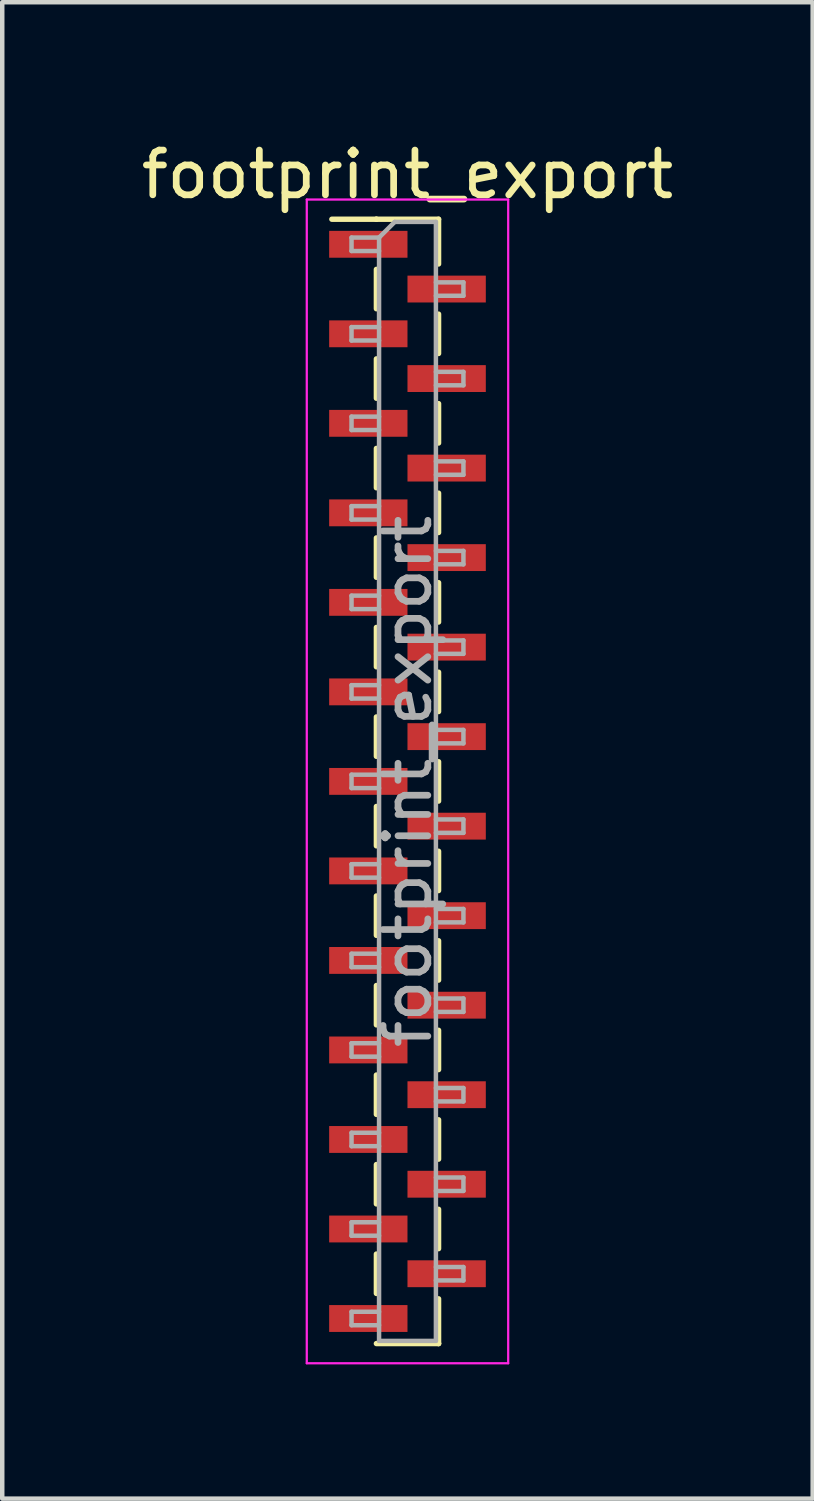
<source format=kicad_pcb>
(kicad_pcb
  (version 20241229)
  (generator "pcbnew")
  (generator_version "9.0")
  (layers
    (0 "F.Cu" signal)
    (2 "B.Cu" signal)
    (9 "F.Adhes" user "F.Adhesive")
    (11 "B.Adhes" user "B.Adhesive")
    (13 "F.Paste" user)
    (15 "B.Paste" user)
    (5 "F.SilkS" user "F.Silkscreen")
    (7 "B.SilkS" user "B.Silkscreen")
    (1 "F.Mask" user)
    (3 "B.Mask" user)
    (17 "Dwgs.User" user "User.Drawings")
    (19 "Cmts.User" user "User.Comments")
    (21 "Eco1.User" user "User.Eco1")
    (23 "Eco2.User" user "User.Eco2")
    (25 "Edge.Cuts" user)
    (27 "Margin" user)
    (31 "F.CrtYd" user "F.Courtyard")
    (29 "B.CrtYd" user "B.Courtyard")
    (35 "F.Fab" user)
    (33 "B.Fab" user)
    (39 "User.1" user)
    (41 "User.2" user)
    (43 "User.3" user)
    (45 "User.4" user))
  (footprint "footprint_export"
    (layer "F.Cu")
    (at 6.054 14.408)
    (property "Reference" "footprint_export" (at 0 -13.56 0) (layer "F.SilkS") (effects (font (size 1 1) (thickness 0.15))))
    (attr smd)
    (fp_line (start -0.695 -12.56) (end -1.69 -12.56) (stroke (width 0.12) (type solid)) (layer "F.SilkS"))
    (fp_line (start -0.695 -12.56) (end -0.695 -12.56) (stroke (width 0.12) (type solid)) (layer "F.SilkS"))
    (fp_line (start -0.695 -12.56) (end 0.695 -12.56) (stroke (width 0.12) (type solid)) (layer "F.SilkS"))
    (fp_line (start -0.695 -11.44) (end -0.695 -10.56) (stroke (width 0.12) (type solid)) (layer "F.SilkS"))
    (fp_line (start -0.695 -9.44) (end -0.695 -8.56) (stroke (width 0.12) (type solid)) (layer "F.SilkS"))
    (fp_line (start -0.695 -7.44) (end -0.695 -6.56) (stroke (width 0.12) (type solid)) (layer "F.SilkS"))
    (fp_line (start -0.695 -5.44) (end -0.695 -4.56) (stroke (width 0.12) (type solid)) (layer "F.SilkS"))
    (fp_line (start -0.695 -3.44) (end -0.695 -2.56) (stroke (width 0.12) (type solid)) (layer "F.SilkS"))
    (fp_line (start -0.695 -1.44) (end -0.695 -0.56) (stroke (width 0.12) (type solid)) (layer "F.SilkS"))
    (fp_line (start -0.695 0.56) (end -0.695 1.44) (stroke (width 0.12) (type solid)) (layer "F.SilkS"))
    (fp_line (start -0.695 2.56) (end -0.695 3.44) (stroke (width 0.12) (type solid)) (layer "F.SilkS"))
    (fp_line (start -0.695 4.56) (end -0.695 5.44) (stroke (width 0.12) (type solid)) (layer "F.SilkS"))
    (fp_line (start -0.695 6.56) (end -0.695 7.44) (stroke (width 0.12) (type solid)) (layer "F.SilkS"))
    (fp_line (start -0.695 8.56) (end -0.695 9.44) (stroke (width 0.12) (type solid)) (layer "F.SilkS"))
    (fp_line (start -0.695 10.56) (end -0.695 11.44) (stroke (width 0.12) (type solid)) (layer "F.SilkS"))
    (fp_line (start -0.695 12.56) (end 0.695 12.56) (stroke (width 0.12) (type solid)) (layer "F.SilkS"))
    (fp_line (start 0.695 -12.56) (end 0.695 -11.56) (stroke (width 0.12) (type solid)) (layer "F.SilkS"))
    (fp_line (start 0.695 -10.44) (end 0.695 -9.56) (stroke (width 0.12) (type solid)) (layer "F.SilkS"))
    (fp_line (start 0.695 -8.44) (end 0.695 -7.56) (stroke (width 0.12) (type solid)) (layer "F.SilkS"))
    (fp_line (start 0.695 -6.44) (end 0.695 -5.56) (stroke (width 0.12) (type solid)) (layer "F.SilkS"))
    (fp_line (start 0.695 -4.44) (end 0.695 -3.56) (stroke (width 0.12) (type solid)) (layer "F.SilkS"))
    (fp_line (start 0.695 -2.44) (end 0.695 -1.56) (stroke (width 0.12) (type solid)) (layer "F.SilkS"))
    (fp_line (start 0.695 -0.44) (end 0.695 0.44) (stroke (width 0.12) (type solid)) (layer "F.SilkS"))
    (fp_line (start 0.695 1.56) (end 0.695 2.44) (stroke (width 0.12) (type solid)) (layer "F.SilkS"))
    (fp_line (start 0.695 3.56) (end 0.695 4.44) (stroke (width 0.12) (type solid)) (layer "F.SilkS"))
    (fp_line (start 0.695 5.56) (end 0.695 6.44) (stroke (width 0.12) (type solid)) (layer "F.SilkS"))
    (fp_line (start 0.695 7.56) (end 0.695 8.44) (stroke (width 0.12) (type solid)) (layer "F.SilkS"))
    (fp_line (start 0.695 9.56) (end 0.695 10.44) (stroke (width 0.12) (type solid)) (layer "F.SilkS"))
    (fp_line (start 0.695 11.56) (end 0.695 12.56) (stroke (width 0.12) (type solid)) (layer "F.SilkS"))
    (fp_line (start 0.695 12.56) (end 0.695 12.56) (stroke (width 0.12) (type solid)) (layer "F.SilkS"))
    (fp_line (start -2.25 -13) (end -2.25 13) (stroke (width 0.05) (type solid)) (layer "F.CrtYd"))
    (fp_line (start -2.25 13) (end 2.25 13) (stroke (width 0.05) (type solid)) (layer "F.CrtYd"))
    (fp_line (start 2.25 -13) (end -2.25 -13) (stroke (width 0.05) (type solid)) (layer "F.CrtYd"))
    (fp_line (start 2.25 13) (end 2.25 -13) (stroke (width 0.05) (type solid)) (layer "F.CrtYd"))
    (fp_line (start -1.25 -12.15) (end -1.25 -11.85) (stroke (width 0.1) (type solid)) (layer "F.Fab"))
    (fp_line (start -1.25 -11.85) (end -0.635 -11.85) (stroke (width 0.1) (type solid)) (layer "F.Fab"))
    (fp_line (start -1.25 -10.15) (end -1.25 -9.85) (stroke (width 0.1) (type solid)) (layer "F.Fab"))
    (fp_line (start -1.25 -9.85) (end -0.635 -9.85) (stroke (width 0.1) (type solid)) (layer "F.Fab"))
    (fp_line (start -1.25 -8.15) (end -1.25 -7.85) (stroke (width 0.1) (type solid)) (layer "F.Fab"))
    (fp_line (start -1.25 -7.85) (end -0.635 -7.85) (stroke (width 0.1) (type solid)) (layer "F.Fab"))
    (fp_line (start -1.25 -6.15) (end -1.25 -5.85) (stroke (width 0.1) (type solid)) (layer "F.Fab"))
    (fp_line (start -1.25 -5.85) (end -0.635 -5.85) (stroke (width 0.1) (type solid)) (layer "F.Fab"))
    (fp_line (start -1.25 -4.15) (end -1.25 -3.85) (stroke (width 0.1) (type solid)) (layer "F.Fab"))
    (fp_line (start -1.25 -3.85) (end -0.635 -3.85) (stroke (width 0.1) (type solid)) (layer "F.Fab"))
    (fp_line (start -1.25 -2.15) (end -1.25 -1.85) (stroke (width 0.1) (type solid)) (layer "F.Fab"))
    (fp_line (start -1.25 -1.85) (end -0.635 -1.85) (stroke (width 0.1) (type solid)) (layer "F.Fab"))
    (fp_line (start -1.25 -0.15) (end -1.25 0.15) (stroke (width 0.1) (type solid)) (layer "F.Fab"))
    (fp_line (start -1.25 0.15) (end -0.635 0.15) (stroke (width 0.1) (type solid)) (layer "F.Fab"))
    (fp_line (start -1.25 1.85) (end -1.25 2.15) (stroke (width 0.1) (type solid)) (layer "F.Fab"))
    (fp_line (start -1.25 2.15) (end -0.635 2.15) (stroke (width 0.1) (type solid)) (layer "F.Fab"))
    (fp_line (start -1.25 3.85) (end -1.25 4.15) (stroke (width 0.1) (type solid)) (layer "F.Fab"))
    (fp_line (start -1.25 4.15) (end -0.635 4.15) (stroke (width 0.1) (type solid)) (layer "F.Fab"))
    (fp_line (start -1.25 5.85) (end -1.25 6.15) (stroke (width 0.1) (type solid)) (layer "F.Fab"))
    (fp_line (start -1.25 6.15) (end -0.635 6.15) (stroke (width 0.1) (type solid)) (layer "F.Fab"))
    (fp_line (start -1.25 7.85) (end -1.25 8.15) (stroke (width 0.1) (type solid)) (layer "F.Fab"))
    (fp_line (start -1.25 8.15) (end -0.635 8.15) (stroke (width 0.1) (type solid)) (layer "F.Fab"))
    (fp_line (start -1.25 9.85) (end -1.25 10.15) (stroke (width 0.1) (type solid)) (layer "F.Fab"))
    (fp_line (start -1.25 10.15) (end -0.635 10.15) (stroke (width 0.1) (type solid)) (layer "F.Fab"))
    (fp_line (start -1.25 11.85) (end -1.25 12.15) (stroke (width 0.1) (type solid)) (layer "F.Fab"))
    (fp_line (start -1.25 12.15) (end -0.635 12.15) (stroke (width 0.1) (type solid)) (layer "F.Fab"))
    (fp_line (start -0.635 -12.15) (end -1.25 -12.15) (stroke (width 0.1) (type solid)) (layer "F.Fab"))
    (fp_line (start -0.635 -12.15) (end -0.285 -12.5) (stroke (width 0.1) (type solid)) (layer "F.Fab"))
    (fp_line (start -0.635 -10.15) (end -1.25 -10.15) (stroke (width 0.1) (type solid)) (layer "F.Fab"))
    (fp_line (start -0.635 -8.15) (end -1.25 -8.15) (stroke (width 0.1) (type solid)) (layer "F.Fab"))
    (fp_line (start -0.635 -6.15) (end -1.25 -6.15) (stroke (width 0.1) (type solid)) (layer "F.Fab"))
    (fp_line (start -0.635 -4.15) (end -1.25 -4.15) (stroke (width 0.1) (type solid)) (layer "F.Fab"))
    (fp_line (start -0.635 -2.15) (end -1.25 -2.15) (stroke (width 0.1) (type solid)) (layer "F.Fab"))
    (fp_line (start -0.635 -0.15) (end -1.25 -0.15) (stroke (width 0.1) (type solid)) (layer "F.Fab"))
    (fp_line (start -0.635 1.85) (end -1.25 1.85) (stroke (width 0.1) (type solid)) (layer "F.Fab"))
    (fp_line (start -0.635 3.85) (end -1.25 3.85) (stroke (width 0.1) (type solid)) (layer "F.Fab"))
    (fp_line (start -0.635 5.85) (end -1.25 5.85) (stroke (width 0.1) (type solid)) (layer "F.Fab"))
    (fp_line (start -0.635 7.85) (end -1.25 7.85) (stroke (width 0.1) (type solid)) (layer "F.Fab"))
    (fp_line (start -0.635 9.85) (end -1.25 9.85) (stroke (width 0.1) (type solid)) (layer "F.Fab"))
    (fp_line (start -0.635 11.85) (end -1.25 11.85) (stroke (width 0.1) (type solid)) (layer "F.Fab"))
    (fp_line (start -0.635 12.5) (end -0.635 -12.15) (stroke (width 0.1) (type solid)) (layer "F.Fab"))
    (fp_line (start -0.285 -12.5) (end 0.635 -12.5) (stroke (width 0.1) (type solid)) (layer "F.Fab"))
    (fp_line (start 0.635 -12.5) (end 0.635 12.5) (stroke (width 0.1) (type solid)) (layer "F.Fab"))
    (fp_line (start 0.635 -11.15) (end 1.25 -11.15) (stroke (width 0.1) (type solid)) (layer "F.Fab"))
    (fp_line (start 0.635 -9.15) (end 1.25 -9.15) (stroke (width 0.1) (type solid)) (layer "F.Fab"))
    (fp_line (start 0.635 -7.15) (end 1.25 -7.15) (stroke (width 0.1) (type solid)) (layer "F.Fab"))
    (fp_line (start 0.635 -5.15) (end 1.25 -5.15) (stroke (width 0.1) (type solid)) (layer "F.Fab"))
    (fp_line (start 0.635 -3.15) (end 1.25 -3.15) (stroke (width 0.1) (type solid)) (layer "F.Fab"))
    (fp_line (start 0.635 -1.15) (end 1.25 -1.15) (stroke (width 0.1) (type solid)) (layer "F.Fab"))
    (fp_line (start 0.635 0.85) (end 1.25 0.85) (stroke (width 0.1) (type solid)) (layer "F.Fab"))
    (fp_line (start 0.635 2.85) (end 1.25 2.85) (stroke (width 0.1) (type solid)) (layer "F.Fab"))
    (fp_line (start 0.635 4.85) (end 1.25 4.85) (stroke (width 0.1) (type solid)) (layer "F.Fab"))
    (fp_line (start 0.635 6.85) (end 1.25 6.85) (stroke (width 0.1) (type solid)) (layer "F.Fab"))
    (fp_line (start 0.635 8.85) (end 1.25 8.85) (stroke (width 0.1) (type solid)) (layer "F.Fab"))
    (fp_line (start 0.635 10.85) (end 1.25 10.85) (stroke (width 0.1) (type solid)) (layer "F.Fab"))
    (fp_line (start 0.635 12.5) (end -0.635 12.5) (stroke (width 0.1) (type solid)) (layer "F.Fab"))
    (fp_line (start 1.25 -11.15) (end 1.25 -10.85) (stroke (width 0.1) (type solid)) (layer "F.Fab"))
    (fp_line (start 1.25 -10.85) (end 0.635 -10.85) (stroke (width 0.1) (type solid)) (layer "F.Fab"))
    (fp_line (start 1.25 -9.15) (end 1.25 -8.85) (stroke (width 0.1) (type solid)) (layer "F.Fab"))
    (fp_line (start 1.25 -8.85) (end 0.635 -8.85) (stroke (width 0.1) (type solid)) (layer "F.Fab"))
    (fp_line (start 1.25 -7.15) (end 1.25 -6.85) (stroke (width 0.1) (type solid)) (layer "F.Fab"))
    (fp_line (start 1.25 -6.85) (end 0.635 -6.85) (stroke (width 0.1) (type solid)) (layer "F.Fab"))
    (fp_line (start 1.25 -5.15) (end 1.25 -4.85) (stroke (width 0.1) (type solid)) (layer "F.Fab"))
    (fp_line (start 1.25 -4.85) (end 0.635 -4.85) (stroke (width 0.1) (type solid)) (layer "F.Fab"))
    (fp_line (start 1.25 -3.15) (end 1.25 -2.85) (stroke (width 0.1) (type solid)) (layer "F.Fab"))
    (fp_line (start 1.25 -2.85) (end 0.635 -2.85) (stroke (width 0.1) (type solid)) (layer "F.Fab"))
    (fp_line (start 1.25 -1.15) (end 1.25 -0.85) (stroke (width 0.1) (type solid)) (layer "F.Fab"))
    (fp_line (start 1.25 -0.85) (end 0.635 -0.85) (stroke (width 0.1) (type solid)) (layer "F.Fab"))
    (fp_line (start 1.25 0.85) (end 1.25 1.15) (stroke (width 0.1) (type solid)) (layer "F.Fab"))
    (fp_line (start 1.25 1.15) (end 0.635 1.15) (stroke (width 0.1) (type solid)) (layer "F.Fab"))
    (fp_line (start 1.25 2.85) (end 1.25 3.15) (stroke (width 0.1) (type solid)) (layer "F.Fab"))
    (fp_line (start 1.25 3.15) (end 0.635 3.15) (stroke (width 0.1) (type solid)) (layer "F.Fab"))
    (fp_line (start 1.25 4.85) (end 1.25 5.15) (stroke (width 0.1) (type solid)) (layer "F.Fab"))
    (fp_line (start 1.25 5.15) (end 0.635 5.15) (stroke (width 0.1) (type solid)) (layer "F.Fab"))
    (fp_line (start 1.25 6.85) (end 1.25 7.15) (stroke (width 0.1) (type solid)) (layer "F.Fab"))
    (fp_line (start 1.25 7.15) (end 0.635 7.15) (stroke (width 0.1) (type solid)) (layer "F.Fab"))
    (fp_line (start 1.25 8.85) (end 1.25 9.15) (stroke (width 0.1) (type solid)) (layer "F.Fab"))
    (fp_line (start 1.25 9.15) (end 0.635 9.15) (stroke (width 0.1) (type solid)) (layer "F.Fab"))
    (fp_line (start 1.25 10.85) (end 1.25 11.15) (stroke (width 0.1) (type solid)) (layer "F.Fab"))
    (fp_line (start 1.25 11.15) (end 0.635 11.15) (stroke (width 0.1) (type solid)) (layer "F.Fab"))
    (fp_text user "${REFERENCE}" (at 0 0 90) (layer "F.Fab") (effects (font (size 1 1) (thickness 0.15))))
    (pad "1" smd rect (at -0.875 -12) (size 1.75 0.6) (layers "F.Cu" "F.Mask" "F.Paste"))
    (pad "2" smd rect (at 0.875 -11) (size 1.75 0.6) (layers "F.Cu" "F.Mask" "F.Paste"))
    (pad "3" smd rect (at -0.875 -10) (size 1.75 0.6) (layers "F.Cu" "F.Mask" "F.Paste"))
    (pad "4" smd rect (at 0.875 -9) (size 1.75 0.6) (layers "F.Cu" "F.Mask" "F.Paste"))
    (pad "5" smd rect (at -0.875 -8) (size 1.75 0.6) (layers "F.Cu" "F.Mask" "F.Paste"))
    (pad "6" smd rect (at 0.875 -7) (size 1.75 0.6) (layers "F.Cu" "F.Mask" "F.Paste"))
    (pad "7" smd rect (at -0.875 -6) (size 1.75 0.6) (layers "F.Cu" "F.Mask" "F.Paste"))
    (pad "8" smd rect (at 0.875 -5) (size 1.75 0.6) (layers "F.Cu" "F.Mask" "F.Paste"))
    (pad "9" smd rect (at -0.875 -4) (size 1.75 0.6) (layers "F.Cu" "F.Mask" "F.Paste"))
    (pad "10" smd rect (at 0.875 -3) (size 1.75 0.6) (layers "F.Cu" "F.Mask" "F.Paste"))
    (pad "11" smd rect (at -0.875 -2) (size 1.75 0.6) (layers "F.Cu" "F.Mask" "F.Paste"))
    (pad "12" smd rect (at 0.875 -1) (size 1.75 0.6) (layers "F.Cu" "F.Mask" "F.Paste"))
    (pad "13" smd rect (at -0.875 0) (size 1.75 0.6) (layers "F.Cu" "F.Mask" "F.Paste"))
    (pad "14" smd rect (at 0.875 1) (size 1.75 0.6) (layers "F.Cu" "F.Mask" "F.Paste"))
    (pad "15" smd rect (at -0.875 2) (size 1.75 0.6) (layers "F.Cu" "F.Mask" "F.Paste"))
    (pad "16" smd rect (at 0.875 3) (size 1.75 0.6) (layers "F.Cu" "F.Mask" "F.Paste"))
    (pad "17" smd rect (at -0.875 4) (size 1.75 0.6) (layers "F.Cu" "F.Mask" "F.Paste"))
    (pad "18" smd rect (at 0.875 5) (size 1.75 0.6) (layers "F.Cu" "F.Mask" "F.Paste"))
    (pad "19" smd rect (at -0.875 6) (size 1.75 0.6) (layers "F.Cu" "F.Mask" "F.Paste"))
    (pad "20" smd rect (at 0.875 7) (size 1.75 0.6) (layers "F.Cu" "F.Mask" "F.Paste"))
    (pad "21" smd rect (at -0.875 8) (size 1.75 0.6) (layers "F.Cu" "F.Mask" "F.Paste"))
    (pad "22" smd rect (at 0.875 9) (size 1.75 0.6) (layers "F.Cu" "F.Mask" "F.Paste"))
    (pad "23" smd rect (at -0.875 10) (size 1.75 0.6) (layers "F.Cu" "F.Mask" "F.Paste"))
    (pad "24" smd rect (at 0.875 11) (size 1.75 0.6) (layers "F.Cu" "F.Mask" "F.Paste"))
    (pad "25" smd rect (at -0.875 12) (size 1.75 0.6) (layers "F.Cu" "F.Mask" "F.Paste")))
  (gr_rect
    (start -3 -3)
    (end 15.107 30.433)
    (stroke (width 0.1) (type default))
    (fill no)
    (layer "Edge.Cuts")))
</source>
